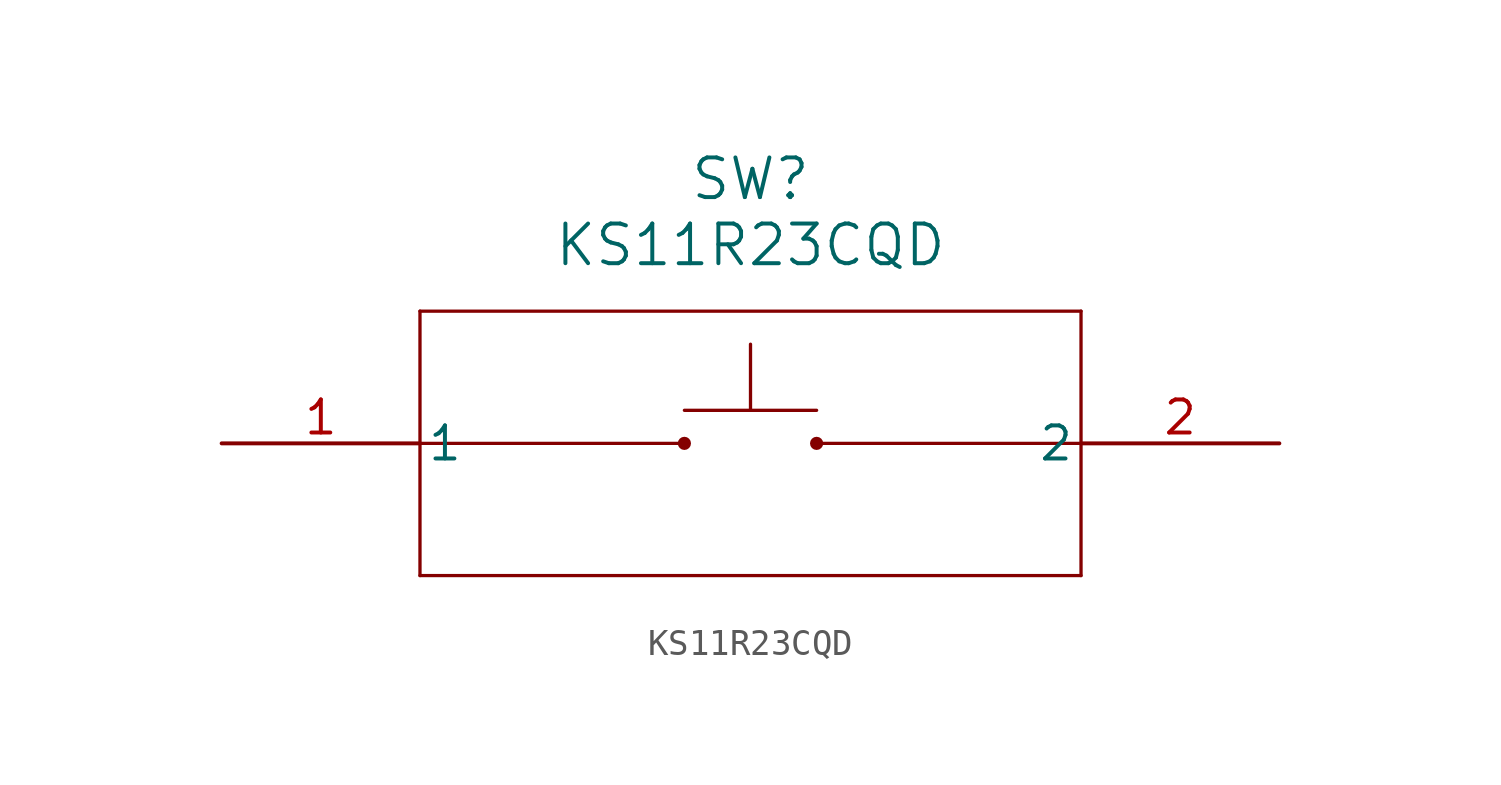
<source format=kicad_sym>
(kicad_symbol_lib
  (version 20211014)
  (generator kicad_symbol_editor)
  (symbol "KS11R23CQD"
    (pin_names
      (offset 0.254))
    (property "Reference" "SW"
      (at 20.32 10.16 0)
      (effects (font (size 1.524 1.524))))
    (property "Value" "KS11R23CQD"
      (at 20.32 7.62 0)
      (effects (font (size 1.524 1.524))))
    (symbol "KS11R23CQD_0_1"
      (polyline (pts (xy 7.62 5.08) (xy 7.62 -5.08)) (stroke (width 0.127) (type default) (color 0 0 0 0)) (fill (type none)))
      (polyline (pts (xy 7.62 -5.08) (xy 33.02 -5.08)) (stroke (width 0.127) (type default) (color 0 0 0 0)) (fill (type none)))
      (polyline (pts (xy 33.02 -5.08) (xy 33.02 5.08)) (stroke (width 0.127) (type default) (color 0 0 0 0)) (fill (type none)))
      (polyline (pts (xy 33.02 5.08) (xy 7.62 5.08)) (stroke (width 0.127) (type default) (color 0 0 0 0)) (fill (type none)))
      (polyline (pts (xy 7.62 0) (xy 17.78 0)) (stroke (width 0.127) (type default) (color 0 0 0 0)) (fill (type none)))
      (polyline (pts (xy 22.86 0) (xy 33.02 0)) (stroke (width 0.127) (type default) (color 0 0 0 0)) (fill (type none)))
      (polyline (pts (xy 17.78 1.27) (xy 22.86 1.27)) (stroke (width 0.127) (type default) (color 0 0 0 0)) (fill (type none)))
      (polyline (pts (xy 20.32 1.27) (xy 20.32 3.81)) (stroke (width 0.127) (type default) (color 0 0 0 0)) (fill (type none)))
      (circle (center 17.78 0) (radius 0.127) (stroke (width 0.254) (type default) (color 0 0 0 0)) (fill (type none)))
      (circle (center 22.86 0) (radius 0.127) (stroke (width 0.254) (type default) (color 0 0 0 0)) (fill (type none)))
      (pin unspecified line (at 0 0 0) (length 7.62) (name "1" (effects (font (size 1.27 1.27)))) (number "1" (effects (font (size 1.27 1.27)))))
      (pin unspecified line (at 40.64 0 180) (length 7.62) (name "2" (effects (font (size 1.27 1.27)))) (number "2" (effects (font (size 1.27 1.27))))))))
</source>
